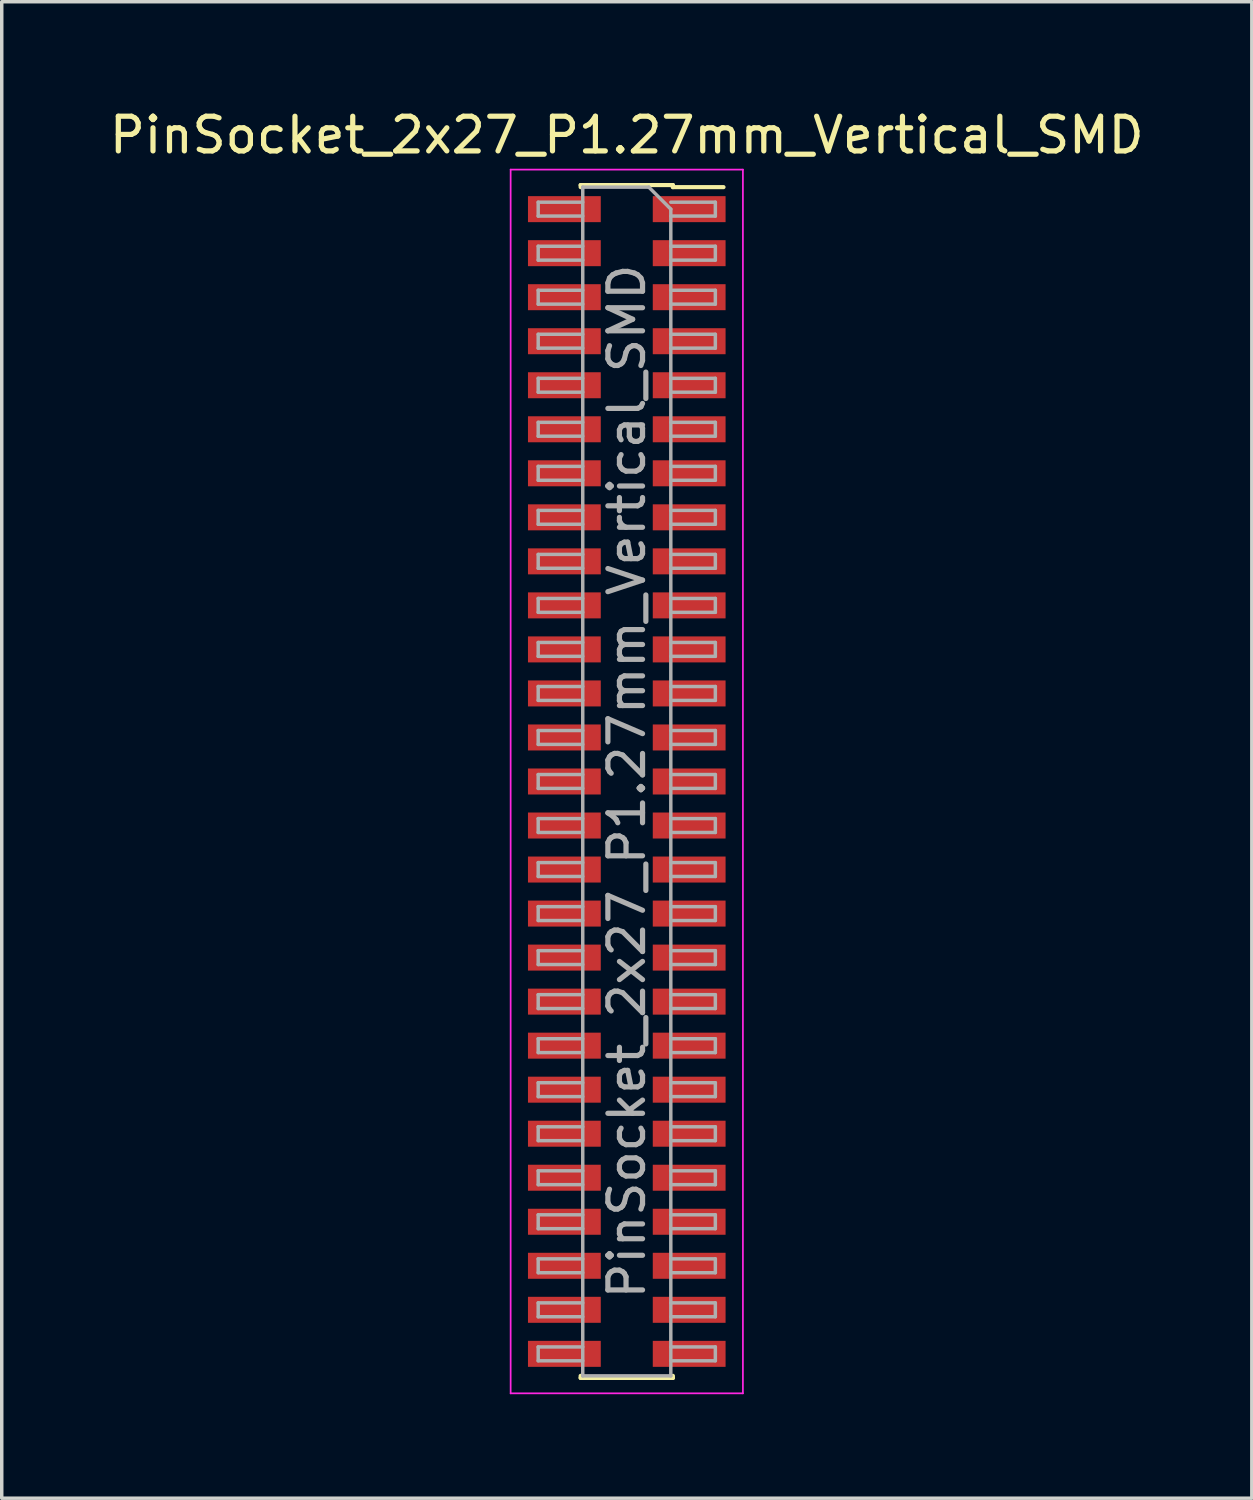
<source format=kicad_pcb>
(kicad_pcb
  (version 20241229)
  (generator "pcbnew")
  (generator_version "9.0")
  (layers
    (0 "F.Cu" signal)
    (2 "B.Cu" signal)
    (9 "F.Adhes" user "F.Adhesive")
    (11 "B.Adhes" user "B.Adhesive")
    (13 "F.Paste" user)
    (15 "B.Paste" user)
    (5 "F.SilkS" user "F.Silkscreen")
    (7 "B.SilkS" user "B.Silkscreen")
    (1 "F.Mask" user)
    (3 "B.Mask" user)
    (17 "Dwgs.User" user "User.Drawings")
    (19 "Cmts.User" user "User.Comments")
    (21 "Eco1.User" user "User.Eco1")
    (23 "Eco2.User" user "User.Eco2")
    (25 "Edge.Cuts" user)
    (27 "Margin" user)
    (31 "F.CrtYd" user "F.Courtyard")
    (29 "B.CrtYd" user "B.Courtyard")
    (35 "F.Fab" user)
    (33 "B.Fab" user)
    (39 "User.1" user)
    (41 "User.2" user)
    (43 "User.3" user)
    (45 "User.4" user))
  (footprint "PinSocket_2x27_P1.27mm_Vertical_SMD"
    (layer "F.Cu")
    (at 15.03 19.493)
    (property "Reference" "PinSocket_2x27_P1.27mm_Vertical_SMD" (at 0 -18.645 0) (layer "F.SilkS") (effects (font (size 1 1) (thickness 0.15))))
    (attr smd)
    (fp_line (start -1.33 -17.205) (end -1.33 -17.145) (stroke (width 0.12) (type solid)) (layer "F.SilkS"))
    (fp_line (start -1.33 -17.205) (end 1.33 -17.205) (stroke (width 0.12) (type solid)) (layer "F.SilkS"))
    (fp_line (start -1.33 17.145) (end -1.33 17.205) (stroke (width 0.12) (type solid)) (layer "F.SilkS"))
    (fp_line (start -1.33 17.205) (end 1.33 17.205) (stroke (width 0.12) (type solid)) (layer "F.SilkS"))
    (fp_line (start 1.33 -17.205) (end 1.33 -17.145) (stroke (width 0.12) (type solid)) (layer "F.SilkS"))
    (fp_line (start 1.33 -17.145) (end 2.79 -17.145) (stroke (width 0.12) (type solid)) (layer "F.SilkS"))
    (fp_line (start 1.33 17.145) (end 1.33 17.205) (stroke (width 0.12) (type solid)) (layer "F.SilkS"))
    (fp_line (start -3.35 -17.65) (end 3.35 -17.65) (stroke (width 0.05) (type solid)) (layer "F.CrtYd"))
    (fp_line (start -3.35 17.65) (end -3.35 -17.65) (stroke (width 0.05) (type solid)) (layer "F.CrtYd"))
    (fp_line (start 3.35 -17.65) (end 3.35 17.65) (stroke (width 0.05) (type solid)) (layer "F.CrtYd"))
    (fp_line (start 3.35 17.65) (end -3.35 17.65) (stroke (width 0.05) (type solid)) (layer "F.CrtYd"))
    (fp_line (start -2.555 -16.71) (end -1.27 -16.71) (stroke (width 0.1) (type solid)) (layer "F.Fab"))
    (fp_line (start -2.555 -16.31) (end -2.555 -16.71) (stroke (width 0.1) (type solid)) (layer "F.Fab"))
    (fp_line (start -2.555 -15.44) (end -1.27 -15.44) (stroke (width 0.1) (type solid)) (layer "F.Fab"))
    (fp_line (start -2.555 -15.04) (end -2.555 -15.44) (stroke (width 0.1) (type solid)) (layer "F.Fab"))
    (fp_line (start -2.555 -14.17) (end -1.27 -14.17) (stroke (width 0.1) (type solid)) (layer "F.Fab"))
    (fp_line (start -2.555 -13.77) (end -2.555 -14.17) (stroke (width 0.1) (type solid)) (layer "F.Fab"))
    (fp_line (start -2.555 -12.9) (end -1.27 -12.9) (stroke (width 0.1) (type solid)) (layer "F.Fab"))
    (fp_line (start -2.555 -12.5) (end -2.555 -12.9) (stroke (width 0.1) (type solid)) (layer "F.Fab"))
    (fp_line (start -2.555 -11.63) (end -1.27 -11.63) (stroke (width 0.1) (type solid)) (layer "F.Fab"))
    (fp_line (start -2.555 -11.23) (end -2.555 -11.63) (stroke (width 0.1) (type solid)) (layer "F.Fab"))
    (fp_line (start -2.555 -10.36) (end -1.27 -10.36) (stroke (width 0.1) (type solid)) (layer "F.Fab"))
    (fp_line (start -2.555 -9.96) (end -2.555 -10.36) (stroke (width 0.1) (type solid)) (layer "F.Fab"))
    (fp_line (start -2.555 -9.09) (end -1.27 -9.09) (stroke (width 0.1) (type solid)) (layer "F.Fab"))
    (fp_line (start -2.555 -8.69) (end -2.555 -9.09) (stroke (width 0.1) (type solid)) (layer "F.Fab"))
    (fp_line (start -2.555 -7.82) (end -1.27 -7.82) (stroke (width 0.1) (type solid)) (layer "F.Fab"))
    (fp_line (start -2.555 -7.42) (end -2.555 -7.82) (stroke (width 0.1) (type solid)) (layer "F.Fab"))
    (fp_line (start -2.555 -6.55) (end -1.27 -6.55) (stroke (width 0.1) (type solid)) (layer "F.Fab"))
    (fp_line (start -2.555 -6.15) (end -2.555 -6.55) (stroke (width 0.1) (type solid)) (layer "F.Fab"))
    (fp_line (start -2.555 -5.28) (end -1.27 -5.28) (stroke (width 0.1) (type solid)) (layer "F.Fab"))
    (fp_line (start -2.555 -4.88) (end -2.555 -5.28) (stroke (width 0.1) (type solid)) (layer "F.Fab"))
    (fp_line (start -2.555 -4.01) (end -1.27 -4.01) (stroke (width 0.1) (type solid)) (layer "F.Fab"))
    (fp_line (start -2.555 -3.61) (end -2.555 -4.01) (stroke (width 0.1) (type solid)) (layer "F.Fab"))
    (fp_line (start -2.555 -2.74) (end -1.27 -2.74) (stroke (width 0.1) (type solid)) (layer "F.Fab"))
    (fp_line (start -2.555 -2.34) (end -2.555 -2.74) (stroke (width 0.1) (type solid)) (layer "F.Fab"))
    (fp_line (start -2.555 -1.47) (end -1.27 -1.47) (stroke (width 0.1) (type solid)) (layer "F.Fab"))
    (fp_line (start -2.555 -1.07) (end -2.555 -1.47) (stroke (width 0.1) (type solid)) (layer "F.Fab"))
    (fp_line (start -2.555 -0.2) (end -1.27 -0.2) (stroke (width 0.1) (type solid)) (layer "F.Fab"))
    (fp_line (start -2.555 0.2) (end -2.555 -0.2) (stroke (width 0.1) (type solid)) (layer "F.Fab"))
    (fp_line (start -2.555 1.07) (end -1.27 1.07) (stroke (width 0.1) (type solid)) (layer "F.Fab"))
    (fp_line (start -2.555 1.47) (end -2.555 1.07) (stroke (width 0.1) (type solid)) (layer "F.Fab"))
    (fp_line (start -2.555 2.34) (end -1.27 2.34) (stroke (width 0.1) (type solid)) (layer "F.Fab"))
    (fp_line (start -2.555 2.74) (end -2.555 2.34) (stroke (width 0.1) (type solid)) (layer "F.Fab"))
    (fp_line (start -2.555 3.61) (end -1.27 3.61) (stroke (width 0.1) (type solid)) (layer "F.Fab"))
    (fp_line (start -2.555 4.01) (end -2.555 3.61) (stroke (width 0.1) (type solid)) (layer "F.Fab"))
    (fp_line (start -2.555 4.88) (end -1.27 4.88) (stroke (width 0.1) (type solid)) (layer "F.Fab"))
    (fp_line (start -2.555 5.28) (end -2.555 4.88) (stroke (width 0.1) (type solid)) (layer "F.Fab"))
    (fp_line (start -2.555 6.15) (end -1.27 6.15) (stroke (width 0.1) (type solid)) (layer "F.Fab"))
    (fp_line (start -2.555 6.55) (end -2.555 6.15) (stroke (width 0.1) (type solid)) (layer "F.Fab"))
    (fp_line (start -2.555 7.42) (end -1.27 7.42) (stroke (width 0.1) (type solid)) (layer "F.Fab"))
    (fp_line (start -2.555 7.82) (end -2.555 7.42) (stroke (width 0.1) (type solid)) (layer "F.Fab"))
    (fp_line (start -2.555 8.69) (end -1.27 8.69) (stroke (width 0.1) (type solid)) (layer "F.Fab"))
    (fp_line (start -2.555 9.09) (end -2.555 8.69) (stroke (width 0.1) (type solid)) (layer "F.Fab"))
    (fp_line (start -2.555 9.96) (end -1.27 9.96) (stroke (width 0.1) (type solid)) (layer "F.Fab"))
    (fp_line (start -2.555 10.36) (end -2.555 9.96) (stroke (width 0.1) (type solid)) (layer "F.Fab"))
    (fp_line (start -2.555 11.23) (end -1.27 11.23) (stroke (width 0.1) (type solid)) (layer "F.Fab"))
    (fp_line (start -2.555 11.63) (end -2.555 11.23) (stroke (width 0.1) (type solid)) (layer "F.Fab"))
    (fp_line (start -2.555 12.5) (end -1.27 12.5) (stroke (width 0.1) (type solid)) (layer "F.Fab"))
    (fp_line (start -2.555 12.9) (end -2.555 12.5) (stroke (width 0.1) (type solid)) (layer "F.Fab"))
    (fp_line (start -2.555 13.77) (end -1.27 13.77) (stroke (width 0.1) (type solid)) (layer "F.Fab"))
    (fp_line (start -2.555 14.17) (end -2.555 13.77) (stroke (width 0.1) (type solid)) (layer "F.Fab"))
    (fp_line (start -2.555 15.04) (end -1.27 15.04) (stroke (width 0.1) (type solid)) (layer "F.Fab"))
    (fp_line (start -2.555 15.44) (end -2.555 15.04) (stroke (width 0.1) (type solid)) (layer "F.Fab"))
    (fp_line (start -2.555 16.31) (end -1.27 16.31) (stroke (width 0.1) (type solid)) (layer "F.Fab"))
    (fp_line (start -2.555 16.71) (end -2.555 16.31) (stroke (width 0.1) (type solid)) (layer "F.Fab"))
    (fp_line (start -1.27 -17.145) (end 0.635 -17.145) (stroke (width 0.1) (type solid)) (layer "F.Fab"))
    (fp_line (start -1.27 -16.31) (end -2.555 -16.31) (stroke (width 0.1) (type solid)) (layer "F.Fab"))
    (fp_line (start -1.27 -15.04) (end -2.555 -15.04) (stroke (width 0.1) (type solid)) (layer "F.Fab"))
    (fp_line (start -1.27 -13.77) (end -2.555 -13.77) (stroke (width 0.1) (type solid)) (layer "F.Fab"))
    (fp_line (start -1.27 -12.5) (end -2.555 -12.5) (stroke (width 0.1) (type solid)) (layer "F.Fab"))
    (fp_line (start -1.27 -11.23) (end -2.555 -11.23) (stroke (width 0.1) (type solid)) (layer "F.Fab"))
    (fp_line (start -1.27 -9.96) (end -2.555 -9.96) (stroke (width 0.1) (type solid)) (layer "F.Fab"))
    (fp_line (start -1.27 -8.69) (end -2.555 -8.69) (stroke (width 0.1) (type solid)) (layer "F.Fab"))
    (fp_line (start -1.27 -7.42) (end -2.555 -7.42) (stroke (width 0.1) (type solid)) (layer "F.Fab"))
    (fp_line (start -1.27 -6.15) (end -2.555 -6.15) (stroke (width 0.1) (type solid)) (layer "F.Fab"))
    (fp_line (start -1.27 -4.88) (end -2.555 -4.88) (stroke (width 0.1) (type solid)) (layer "F.Fab"))
    (fp_line (start -1.27 -3.61) (end -2.555 -3.61) (stroke (width 0.1) (type solid)) (layer "F.Fab"))
    (fp_line (start -1.27 -2.34) (end -2.555 -2.34) (stroke (width 0.1) (type solid)) (layer "F.Fab"))
    (fp_line (start -1.27 -1.07) (end -2.555 -1.07) (stroke (width 0.1) (type solid)) (layer "F.Fab"))
    (fp_line (start -1.27 0.2) (end -2.555 0.2) (stroke (width 0.1) (type solid)) (layer "F.Fab"))
    (fp_line (start -1.27 1.47) (end -2.555 1.47) (stroke (width 0.1) (type solid)) (layer "F.Fab"))
    (fp_line (start -1.27 2.74) (end -2.555 2.74) (stroke (width 0.1) (type solid)) (layer "F.Fab"))
    (fp_line (start -1.27 4.01) (end -2.555 4.01) (stroke (width 0.1) (type solid)) (layer "F.Fab"))
    (fp_line (start -1.27 5.28) (end -2.555 5.28) (stroke (width 0.1) (type solid)) (layer "F.Fab"))
    (fp_line (start -1.27 6.55) (end -2.555 6.55) (stroke (width 0.1) (type solid)) (layer "F.Fab"))
    (fp_line (start -1.27 7.82) (end -2.555 7.82) (stroke (width 0.1) (type solid)) (layer "F.Fab"))
    (fp_line (start -1.27 9.09) (end -2.555 9.09) (stroke (width 0.1) (type solid)) (layer "F.Fab"))
    (fp_line (start -1.27 10.36) (end -2.555 10.36) (stroke (width 0.1) (type solid)) (layer "F.Fab"))
    (fp_line (start -1.27 11.63) (end -2.555 11.63) (stroke (width 0.1) (type solid)) (layer "F.Fab"))
    (fp_line (start -1.27 12.9) (end -2.555 12.9) (stroke (width 0.1) (type solid)) (layer "F.Fab"))
    (fp_line (start -1.27 14.17) (end -2.555 14.17) (stroke (width 0.1) (type solid)) (layer "F.Fab"))
    (fp_line (start -1.27 15.44) (end -2.555 15.44) (stroke (width 0.1) (type solid)) (layer "F.Fab"))
    (fp_line (start -1.27 16.71) (end -2.555 16.71) (stroke (width 0.1) (type solid)) (layer "F.Fab"))
    (fp_line (start -1.27 17.145) (end -1.27 -17.145) (stroke (width 0.1) (type solid)) (layer "F.Fab"))
    (fp_line (start 0.635 -17.145) (end 1.27 -16.51) (stroke (width 0.1) (type solid)) (layer "F.Fab"))
    (fp_line (start 1.27 -16.71) (end 2.555 -16.71) (stroke (width 0.1) (type solid)) (layer "F.Fab"))
    (fp_line (start 1.27 -16.51) (end 1.27 17.145) (stroke (width 0.1) (type solid)) (layer "F.Fab"))
    (fp_line (start 1.27 -15.44) (end 2.555 -15.44) (stroke (width 0.1) (type solid)) (layer "F.Fab"))
    (fp_line (start 1.27 -14.17) (end 2.555 -14.17) (stroke (width 0.1) (type solid)) (layer "F.Fab"))
    (fp_line (start 1.27 -12.9) (end 2.555 -12.9) (stroke (width 0.1) (type solid)) (layer "F.Fab"))
    (fp_line (start 1.27 -11.63) (end 2.555 -11.63) (stroke (width 0.1) (type solid)) (layer "F.Fab"))
    (fp_line (start 1.27 -10.36) (end 2.555 -10.36) (stroke (width 0.1) (type solid)) (layer "F.Fab"))
    (fp_line (start 1.27 -9.09) (end 2.555 -9.09) (stroke (width 0.1) (type solid)) (layer "F.Fab"))
    (fp_line (start 1.27 -7.82) (end 2.555 -7.82) (stroke (width 0.1) (type solid)) (layer "F.Fab"))
    (fp_line (start 1.27 -6.55) (end 2.555 -6.55) (stroke (width 0.1) (type solid)) (layer "F.Fab"))
    (fp_line (start 1.27 -5.28) (end 2.555 -5.28) (stroke (width 0.1) (type solid)) (layer "F.Fab"))
    (fp_line (start 1.27 -4.01) (end 2.555 -4.01) (stroke (width 0.1) (type solid)) (layer "F.Fab"))
    (fp_line (start 1.27 -2.74) (end 2.555 -2.74) (stroke (width 0.1) (type solid)) (layer "F.Fab"))
    (fp_line (start 1.27 -1.47) (end 2.555 -1.47) (stroke (width 0.1) (type solid)) (layer "F.Fab"))
    (fp_line (start 1.27 -0.2) (end 2.555 -0.2) (stroke (width 0.1) (type solid)) (layer "F.Fab"))
    (fp_line (start 1.27 1.07) (end 2.555 1.07) (stroke (width 0.1) (type solid)) (layer "F.Fab"))
    (fp_line (start 1.27 2.34) (end 2.555 2.34) (stroke (width 0.1) (type solid)) (layer "F.Fab"))
    (fp_line (start 1.27 3.61) (end 2.555 3.61) (stroke (width 0.1) (type solid)) (layer "F.Fab"))
    (fp_line (start 1.27 4.88) (end 2.555 4.88) (stroke (width 0.1) (type solid)) (layer "F.Fab"))
    (fp_line (start 1.27 6.15) (end 2.555 6.15) (stroke (width 0.1) (type solid)) (layer "F.Fab"))
    (fp_line (start 1.27 7.42) (end 2.555 7.42) (stroke (width 0.1) (type solid)) (layer "F.Fab"))
    (fp_line (start 1.27 8.69) (end 2.555 8.69) (stroke (width 0.1) (type solid)) (layer "F.Fab"))
    (fp_line (start 1.27 9.96) (end 2.555 9.96) (stroke (width 0.1) (type solid)) (layer "F.Fab"))
    (fp_line (start 1.27 11.23) (end 2.555 11.23) (stroke (width 0.1) (type solid)) (layer "F.Fab"))
    (fp_line (start 1.27 12.5) (end 2.555 12.5) (stroke (width 0.1) (type solid)) (layer "F.Fab"))
    (fp_line (start 1.27 13.77) (end 2.555 13.77) (stroke (width 0.1) (type solid)) (layer "F.Fab"))
    (fp_line (start 1.27 15.04) (end 2.555 15.04) (stroke (width 0.1) (type solid)) (layer "F.Fab"))
    (fp_line (start 1.27 16.31) (end 2.555 16.31) (stroke (width 0.1) (type solid)) (layer "F.Fab"))
    (fp_line (start 1.27 17.145) (end -1.27 17.145) (stroke (width 0.1) (type solid)) (layer "F.Fab"))
    (fp_line (start 2.555 -16.71) (end 2.555 -16.31) (stroke (width 0.1) (type solid)) (layer "F.Fab"))
    (fp_line (start 2.555 -16.31) (end 1.27 -16.31) (stroke (width 0.1) (type solid)) (layer "F.Fab"))
    (fp_line (start 2.555 -15.44) (end 2.555 -15.04) (stroke (width 0.1) (type solid)) (layer "F.Fab"))
    (fp_line (start 2.555 -15.04) (end 1.27 -15.04) (stroke (width 0.1) (type solid)) (layer "F.Fab"))
    (fp_line (start 2.555 -14.17) (end 2.555 -13.77) (stroke (width 0.1) (type solid)) (layer "F.Fab"))
    (fp_line (start 2.555 -13.77) (end 1.27 -13.77) (stroke (width 0.1) (type solid)) (layer "F.Fab"))
    (fp_line (start 2.555 -12.9) (end 2.555 -12.5) (stroke (width 0.1) (type solid)) (layer "F.Fab"))
    (fp_line (start 2.555 -12.5) (end 1.27 -12.5) (stroke (width 0.1) (type solid)) (layer "F.Fab"))
    (fp_line (start 2.555 -11.63) (end 2.555 -11.23) (stroke (width 0.1) (type solid)) (layer "F.Fab"))
    (fp_line (start 2.555 -11.23) (end 1.27 -11.23) (stroke (width 0.1) (type solid)) (layer "F.Fab"))
    (fp_line (start 2.555 -10.36) (end 2.555 -9.96) (stroke (width 0.1) (type solid)) (layer "F.Fab"))
    (fp_line (start 2.555 -9.96) (end 1.27 -9.96) (stroke (width 0.1) (type solid)) (layer "F.Fab"))
    (fp_line (start 2.555 -9.09) (end 2.555 -8.69) (stroke (width 0.1) (type solid)) (layer "F.Fab"))
    (fp_line (start 2.555 -8.69) (end 1.27 -8.69) (stroke (width 0.1) (type solid)) (layer "F.Fab"))
    (fp_line (start 2.555 -7.82) (end 2.555 -7.42) (stroke (width 0.1) (type solid)) (layer "F.Fab"))
    (fp_line (start 2.555 -7.42) (end 1.27 -7.42) (stroke (width 0.1) (type solid)) (layer "F.Fab"))
    (fp_line (start 2.555 -6.55) (end 2.555 -6.15) (stroke (width 0.1) (type solid)) (layer "F.Fab"))
    (fp_line (start 2.555 -6.15) (end 1.27 -6.15) (stroke (width 0.1) (type solid)) (layer "F.Fab"))
    (fp_line (start 2.555 -5.28) (end 2.555 -4.88) (stroke (width 0.1) (type solid)) (layer "F.Fab"))
    (fp_line (start 2.555 -4.88) (end 1.27 -4.88) (stroke (width 0.1) (type solid)) (layer "F.Fab"))
    (fp_line (start 2.555 -4.01) (end 2.555 -3.61) (stroke (width 0.1) (type solid)) (layer "F.Fab"))
    (fp_line (start 2.555 -3.61) (end 1.27 -3.61) (stroke (width 0.1) (type solid)) (layer "F.Fab"))
    (fp_line (start 2.555 -2.74) (end 2.555 -2.34) (stroke (width 0.1) (type solid)) (layer "F.Fab"))
    (fp_line (start 2.555 -2.34) (end 1.27 -2.34) (stroke (width 0.1) (type solid)) (layer "F.Fab"))
    (fp_line (start 2.555 -1.47) (end 2.555 -1.07) (stroke (width 0.1) (type solid)) (layer "F.Fab"))
    (fp_line (start 2.555 -1.07) (end 1.27 -1.07) (stroke (width 0.1) (type solid)) (layer "F.Fab"))
    (fp_line (start 2.555 -0.2) (end 2.555 0.2) (stroke (width 0.1) (type solid)) (layer "F.Fab"))
    (fp_line (start 2.555 0.2) (end 1.27 0.2) (stroke (width 0.1) (type solid)) (layer "F.Fab"))
    (fp_line (start 2.555 1.07) (end 2.555 1.47) (stroke (width 0.1) (type solid)) (layer "F.Fab"))
    (fp_line (start 2.555 1.47) (end 1.27 1.47) (stroke (width 0.1) (type solid)) (layer "F.Fab"))
    (fp_line (start 2.555 2.34) (end 2.555 2.74) (stroke (width 0.1) (type solid)) (layer "F.Fab"))
    (fp_line (start 2.555 2.74) (end 1.27 2.74) (stroke (width 0.1) (type solid)) (layer "F.Fab"))
    (fp_line (start 2.555 3.61) (end 2.555 4.01) (stroke (width 0.1) (type solid)) (layer "F.Fab"))
    (fp_line (start 2.555 4.01) (end 1.27 4.01) (stroke (width 0.1) (type solid)) (layer "F.Fab"))
    (fp_line (start 2.555 4.88) (end 2.555 5.28) (stroke (width 0.1) (type solid)) (layer "F.Fab"))
    (fp_line (start 2.555 5.28) (end 1.27 5.28) (stroke (width 0.1) (type solid)) (layer "F.Fab"))
    (fp_line (start 2.555 6.15) (end 2.555 6.55) (stroke (width 0.1) (type solid)) (layer "F.Fab"))
    (fp_line (start 2.555 6.55) (end 1.27 6.55) (stroke (width 0.1) (type solid)) (layer "F.Fab"))
    (fp_line (start 2.555 7.42) (end 2.555 7.82) (stroke (width 0.1) (type solid)) (layer "F.Fab"))
    (fp_line (start 2.555 7.82) (end 1.27 7.82) (stroke (width 0.1) (type solid)) (layer "F.Fab"))
    (fp_line (start 2.555 8.69) (end 2.555 9.09) (stroke (width 0.1) (type solid)) (layer "F.Fab"))
    (fp_line (start 2.555 9.09) (end 1.27 9.09) (stroke (width 0.1) (type solid)) (layer "F.Fab"))
    (fp_line (start 2.555 9.96) (end 2.555 10.36) (stroke (width 0.1) (type solid)) (layer "F.Fab"))
    (fp_line (start 2.555 10.36) (end 1.27 10.36) (stroke (width 0.1) (type solid)) (layer "F.Fab"))
    (fp_line (start 2.555 11.23) (end 2.555 11.63) (stroke (width 0.1) (type solid)) (layer "F.Fab"))
    (fp_line (start 2.555 11.63) (end 1.27 11.63) (stroke (width 0.1) (type solid)) (layer "F.Fab"))
    (fp_line (start 2.555 12.5) (end 2.555 12.9) (stroke (width 0.1) (type solid)) (layer "F.Fab"))
    (fp_line (start 2.555 12.9) (end 1.27 12.9) (stroke (width 0.1) (type solid)) (layer "F.Fab"))
    (fp_line (start 2.555 13.77) (end 2.555 14.17) (stroke (width 0.1) (type solid)) (layer "F.Fab"))
    (fp_line (start 2.555 14.17) (end 1.27 14.17) (stroke (width 0.1) (type solid)) (layer "F.Fab"))
    (fp_line (start 2.555 15.04) (end 2.555 15.44) (stroke (width 0.1) (type solid)) (layer "F.Fab"))
    (fp_line (start 2.555 15.44) (end 1.27 15.44) (stroke (width 0.1) (type solid)) (layer "F.Fab"))
    (fp_line (start 2.555 16.31) (end 2.555 16.71) (stroke (width 0.1) (type solid)) (layer "F.Fab"))
    (fp_line (start 2.555 16.71) (end 1.27 16.71) (stroke (width 0.1) (type solid)) (layer "F.Fab"))
    (fp_text user "${REFERENCE}" (at 0 0 90) (layer "F.Fab") (effects (font (size 1 1) (thickness 0.15))))
    (pad "1" smd rect (at 1.8 -16.51) (size 2.1 0.75) (layers "F.Cu" "F.Mask" "F.Paste"))
    (pad "2" smd rect (at -1.8 -16.51) (size 2.1 0.75) (layers "F.Cu" "F.Mask" "F.Paste"))
    (pad "3" smd rect (at 1.8 -15.24) (size 2.1 0.75) (layers "F.Cu" "F.Mask" "F.Paste"))
    (pad "4" smd rect (at -1.8 -15.24) (size 2.1 0.75) (layers "F.Cu" "F.Mask" "F.Paste"))
    (pad "5" smd rect (at 1.8 -13.97) (size 2.1 0.75) (layers "F.Cu" "F.Mask" "F.Paste"))
    (pad "6" smd rect (at -1.8 -13.97) (size 2.1 0.75) (layers "F.Cu" "F.Mask" "F.Paste"))
    (pad "7" smd rect (at 1.8 -12.7) (size 2.1 0.75) (layers "F.Cu" "F.Mask" "F.Paste"))
    (pad "8" smd rect (at -1.8 -12.7) (size 2.1 0.75) (layers "F.Cu" "F.Mask" "F.Paste"))
    (pad "9" smd rect (at 1.8 -11.43) (size 2.1 0.75) (layers "F.Cu" "F.Mask" "F.Paste"))
    (pad "10" smd rect (at -1.8 -11.43) (size 2.1 0.75) (layers "F.Cu" "F.Mask" "F.Paste"))
    (pad "11" smd rect (at 1.8 -10.16) (size 2.1 0.75) (layers "F.Cu" "F.Mask" "F.Paste"))
    (pad "12" smd rect (at -1.8 -10.16) (size 2.1 0.75) (layers "F.Cu" "F.Mask" "F.Paste"))
    (pad "13" smd rect (at 1.8 -8.89) (size 2.1 0.75) (layers "F.Cu" "F.Mask" "F.Paste"))
    (pad "14" smd rect (at -1.8 -8.89) (size 2.1 0.75) (layers "F.Cu" "F.Mask" "F.Paste"))
    (pad "15" smd rect (at 1.8 -7.62) (size 2.1 0.75) (layers "F.Cu" "F.Mask" "F.Paste"))
    (pad "16" smd rect (at -1.8 -7.62) (size 2.1 0.75) (layers "F.Cu" "F.Mask" "F.Paste"))
    (pad "17" smd rect (at 1.8 -6.35) (size 2.1 0.75) (layers "F.Cu" "F.Mask" "F.Paste"))
    (pad "18" smd rect (at -1.8 -6.35) (size 2.1 0.75) (layers "F.Cu" "F.Mask" "F.Paste"))
    (pad "19" smd rect (at 1.8 -5.08) (size 2.1 0.75) (layers "F.Cu" "F.Mask" "F.Paste"))
    (pad "20" smd rect (at -1.8 -5.08) (size 2.1 0.75) (layers "F.Cu" "F.Mask" "F.Paste"))
    (pad "21" smd rect (at 1.8 -3.81) (size 2.1 0.75) (layers "F.Cu" "F.Mask" "F.Paste"))
    (pad "22" smd rect (at -1.8 -3.81) (size 2.1 0.75) (layers "F.Cu" "F.Mask" "F.Paste"))
    (pad "23" smd rect (at 1.8 -2.54) (size 2.1 0.75) (layers "F.Cu" "F.Mask" "F.Paste"))
    (pad "24" smd rect (at -1.8 -2.54) (size 2.1 0.75) (layers "F.Cu" "F.Mask" "F.Paste"))
    (pad "25" smd rect (at 1.8 -1.27) (size 2.1 0.75) (layers "F.Cu" "F.Mask" "F.Paste"))
    (pad "26" smd rect (at -1.8 -1.27) (size 2.1 0.75) (layers "F.Cu" "F.Mask" "F.Paste"))
    (pad "27" smd rect (at 1.8 0) (size 2.1 0.75) (layers "F.Cu" "F.Mask" "F.Paste"))
    (pad "28" smd rect (at -1.8 0) (size 2.1 0.75) (layers "F.Cu" "F.Mask" "F.Paste"))
    (pad "29" smd rect (at 1.8 1.27) (size 2.1 0.75) (layers "F.Cu" "F.Mask" "F.Paste"))
    (pad "30" smd rect (at -1.8 1.27) (size 2.1 0.75) (layers "F.Cu" "F.Mask" "F.Paste"))
    (pad "31" smd rect (at 1.8 2.54) (size 2.1 0.75) (layers "F.Cu" "F.Mask" "F.Paste"))
    (pad "32" smd rect (at -1.8 2.54) (size 2.1 0.75) (layers "F.Cu" "F.Mask" "F.Paste"))
    (pad "33" smd rect (at 1.8 3.81) (size 2.1 0.75) (layers "F.Cu" "F.Mask" "F.Paste"))
    (pad "34" smd rect (at -1.8 3.81) (size 2.1 0.75) (layers "F.Cu" "F.Mask" "F.Paste"))
    (pad "35" smd rect (at 1.8 5.08) (size 2.1 0.75) (layers "F.Cu" "F.Mask" "F.Paste"))
    (pad "36" smd rect (at -1.8 5.08) (size 2.1 0.75) (layers "F.Cu" "F.Mask" "F.Paste"))
    (pad "37" smd rect (at 1.8 6.35) (size 2.1 0.75) (layers "F.Cu" "F.Mask" "F.Paste"))
    (pad "38" smd rect (at -1.8 6.35) (size 2.1 0.75) (layers "F.Cu" "F.Mask" "F.Paste"))
    (pad "39" smd rect (at 1.8 7.62) (size 2.1 0.75) (layers "F.Cu" "F.Mask" "F.Paste"))
    (pad "40" smd rect (at -1.8 7.62) (size 2.1 0.75) (layers "F.Cu" "F.Mask" "F.Paste"))
    (pad "41" smd rect (at 1.8 8.89) (size 2.1 0.75) (layers "F.Cu" "F.Mask" "F.Paste"))
    (pad "42" smd rect (at -1.8 8.89) (size 2.1 0.75) (layers "F.Cu" "F.Mask" "F.Paste"))
    (pad "43" smd rect (at 1.8 10.16) (size 2.1 0.75) (layers "F.Cu" "F.Mask" "F.Paste"))
    (pad "44" smd rect (at -1.8 10.16) (size 2.1 0.75) (layers "F.Cu" "F.Mask" "F.Paste"))
    (pad "45" smd rect (at 1.8 11.43) (size 2.1 0.75) (layers "F.Cu" "F.Mask" "F.Paste"))
    (pad "46" smd rect (at -1.8 11.43) (size 2.1 0.75) (layers "F.Cu" "F.Mask" "F.Paste"))
    (pad "47" smd rect (at 1.8 12.7) (size 2.1 0.75) (layers "F.Cu" "F.Mask" "F.Paste"))
    (pad "48" smd rect (at -1.8 12.7) (size 2.1 0.75) (layers "F.Cu" "F.Mask" "F.Paste"))
    (pad "49" smd rect (at 1.8 13.97) (size 2.1 0.75) (layers "F.Cu" "F.Mask" "F.Paste"))
    (pad "50" smd rect (at -1.8 13.97) (size 2.1 0.75) (layers "F.Cu" "F.Mask" "F.Paste"))
    (pad "51" smd rect (at 1.8 15.24) (size 2.1 0.75) (layers "F.Cu" "F.Mask" "F.Paste"))
    (pad "52" smd rect (at -1.8 15.24) (size 2.1 0.75) (layers "F.Cu" "F.Mask" "F.Paste"))
    (pad "53" smd rect (at 1.8 16.51) (size 2.1 0.75) (layers "F.Cu" "F.Mask" "F.Paste"))
    (pad "54" smd rect (at -1.8 16.51) (size 2.1 0.75) (layers "F.Cu" "F.Mask" "F.Paste")))
  (gr_rect
    (start -3 -3)
    (end 33.06 40.168)
    (stroke (width 0.1) (type default))
    (fill no)
    (layer "Edge.Cuts")))
</source>
